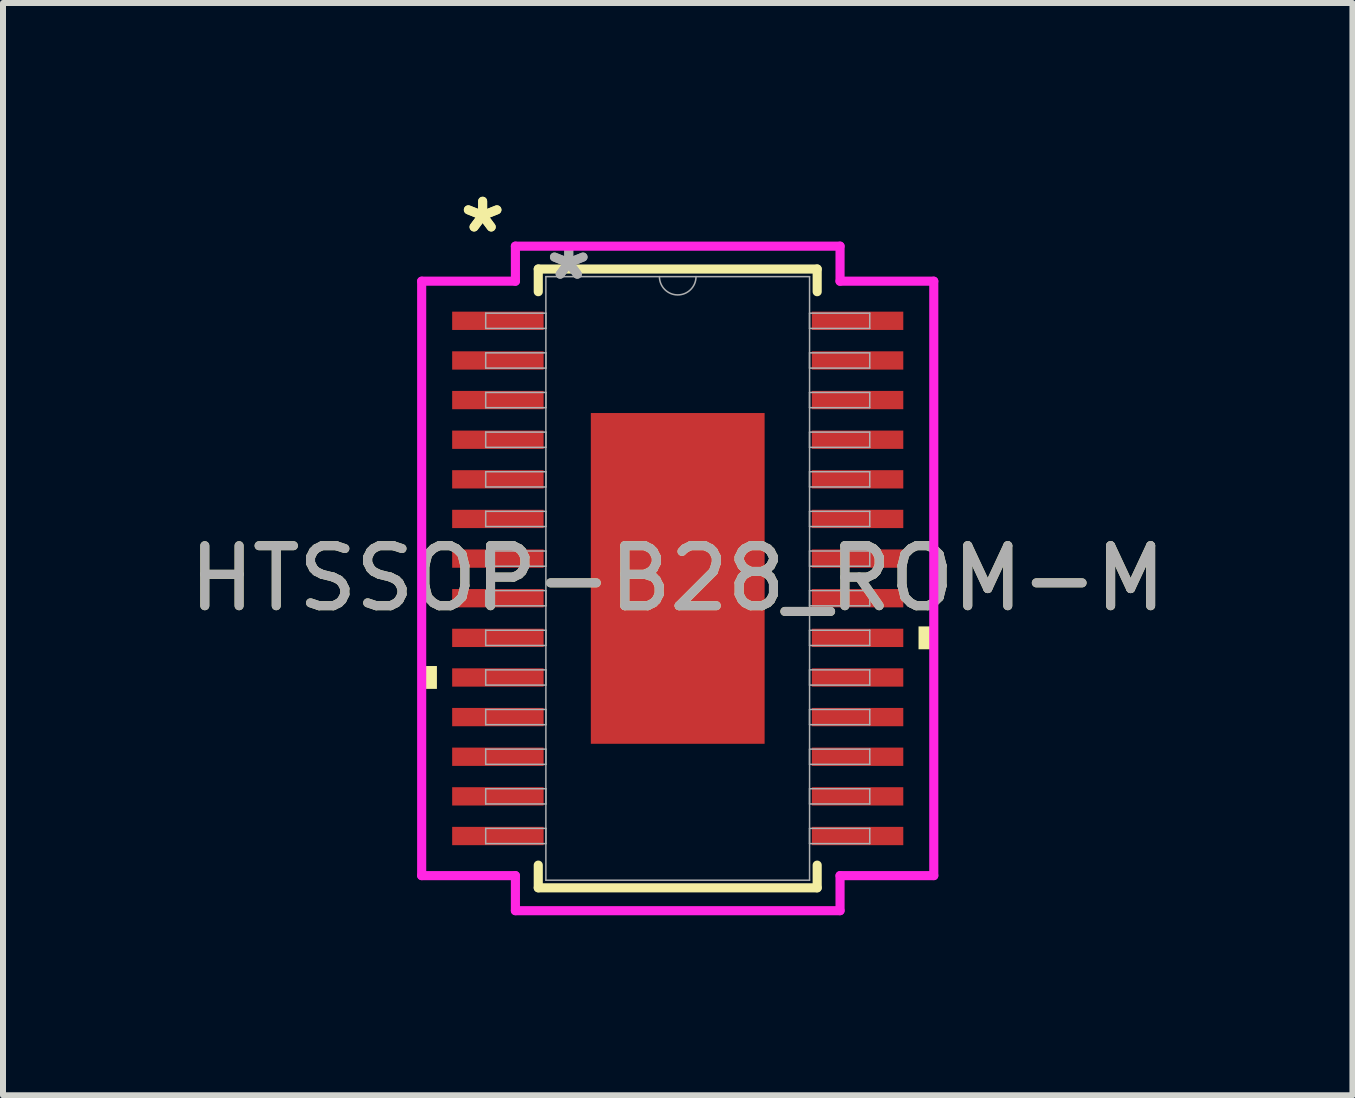
<source format=kicad_pcb>
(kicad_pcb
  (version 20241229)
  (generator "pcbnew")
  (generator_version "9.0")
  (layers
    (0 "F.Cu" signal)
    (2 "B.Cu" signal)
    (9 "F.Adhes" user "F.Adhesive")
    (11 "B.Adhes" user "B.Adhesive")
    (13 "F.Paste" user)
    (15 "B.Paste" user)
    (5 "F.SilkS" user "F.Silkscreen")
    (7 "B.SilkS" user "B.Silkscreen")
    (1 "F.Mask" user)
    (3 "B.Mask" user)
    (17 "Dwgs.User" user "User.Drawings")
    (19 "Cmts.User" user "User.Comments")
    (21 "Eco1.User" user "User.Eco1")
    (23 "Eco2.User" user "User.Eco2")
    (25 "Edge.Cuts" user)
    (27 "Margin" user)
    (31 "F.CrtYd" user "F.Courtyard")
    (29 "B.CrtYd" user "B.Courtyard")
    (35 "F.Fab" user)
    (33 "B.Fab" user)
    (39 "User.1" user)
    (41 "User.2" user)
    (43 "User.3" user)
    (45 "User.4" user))
  (footprint "HTSSOP-B28_ROM-M"
    (layer "F.Cu")
    (at 8.244 6.589)
    (property "Reference" "HTSSOP-B28_ROM-M" (at 0 0 0) (unlocked yes) (layer "F.SilkS") (effects (font (size 1 1) (thickness 0.15))))
    (attr smd)
    (fp_line (start -2.324 -5.156) (end -2.324 -4.778) (stroke (width 0.152) (type solid)) (layer "F.SilkS"))
    (fp_line (start -2.324 4.778) (end -2.324 5.156) (stroke (width 0.152) (type solid)) (layer "F.SilkS"))
    (fp_line (start -2.324 5.156) (end 2.324 5.156) (stroke (width 0.152) (type solid)) (layer "F.SilkS"))
    (fp_line (start 2.324 -5.156) (end -2.324 -5.156) (stroke (width 0.152) (type solid)) (layer "F.SilkS"))
    (fp_line (start 2.324 -4.778) (end 2.324 -5.156) (stroke (width 0.152) (type solid)) (layer "F.SilkS"))
    (fp_line (start 2.324 5.156) (end 2.324 4.778) (stroke (width 0.152) (type solid)) (layer "F.SilkS"))
    (fp_poly (pts (xy -4.267 1.46) (xy -4.267 1.841) (xy -4.013 1.841) (xy -4.013 1.46)) (stroke (width 0) (type solid)) (fill yes) (layer "F.SilkS"))
    (fp_poly (pts (xy 4.267 0.8) (xy 4.267 1.181) (xy 4.013 1.181) (xy 4.013 0.8)) (stroke (width 0) (type solid)) (fill yes) (layer "F.SilkS"))
    (fp_poly (pts (xy -1.348 -2.656) (xy -1.348 -1.478) (xy -0.1 -1.478) (xy -0.1 -2.656)) (stroke (width 0) (type solid)) (fill yes) (layer "F.Paste"))
    (fp_poly (pts (xy -1.348 -1.278) (xy -1.348 -0.1) (xy -0.1 -0.1) (xy -0.1 -1.278)) (stroke (width 0) (type solid)) (fill yes) (layer "F.Paste"))
    (fp_poly (pts (xy -1.348 0.1) (xy -1.348 1.278) (xy -0.1 1.278) (xy -0.1 0.1)) (stroke (width 0) (type solid)) (fill yes) (layer "F.Paste"))
    (fp_poly (pts (xy -1.348 1.478) (xy -1.348 2.656) (xy -0.1 2.656) (xy -0.1 1.478)) (stroke (width 0) (type solid)) (fill yes) (layer "F.Paste"))
    (fp_poly (pts (xy 0.1 -2.656) (xy 0.1 -1.478) (xy 1.348 -1.478) (xy 1.348 -2.656)) (stroke (width 0) (type solid)) (fill yes) (layer "F.Paste"))
    (fp_poly (pts (xy 0.1 -1.278) (xy 0.1 -0.1) (xy 1.348 -0.1) (xy 1.348 -1.278)) (stroke (width 0) (type solid)) (fill yes) (layer "F.Paste"))
    (fp_poly (pts (xy 0.1 0.1) (xy 0.1 1.278) (xy 1.348 1.278) (xy 1.348 0.1)) (stroke (width 0) (type solid)) (fill yes) (layer "F.Paste"))
    (fp_poly (pts (xy 0.1 1.478) (xy 0.1 2.656) (xy 1.348 2.656) (xy 1.348 1.478)) (stroke (width 0) (type solid)) (fill yes) (layer "F.Paste"))
    (fp_line (start -4.267 -4.953) (end -2.705 -4.953) (stroke (width 0.152) (type solid)) (layer "F.CrtYd"))
    (fp_line (start -4.267 4.953) (end -4.267 -4.953) (stroke (width 0.152) (type solid)) (layer "F.CrtYd"))
    (fp_line (start -4.267 4.953) (end -2.705 4.953) (stroke (width 0.152) (type solid)) (layer "F.CrtYd"))
    (fp_line (start -2.705 -5.537) (end 2.705 -5.537) (stroke (width 0.152) (type solid)) (layer "F.CrtYd"))
    (fp_line (start -2.705 -4.953) (end -2.705 -5.537) (stroke (width 0.152) (type solid)) (layer "F.CrtYd"))
    (fp_line (start -2.705 5.537) (end -2.705 4.953) (stroke (width 0.152) (type solid)) (layer "F.CrtYd"))
    (fp_line (start 2.705 -5.537) (end 2.705 -4.953) (stroke (width 0.152) (type solid)) (layer "F.CrtYd"))
    (fp_line (start 2.705 4.953) (end 2.705 5.537) (stroke (width 0.152) (type solid)) (layer "F.CrtYd"))
    (fp_line (start 2.705 5.537) (end -2.705 5.537) (stroke (width 0.152) (type solid)) (layer "F.CrtYd"))
    (fp_line (start 4.267 -4.953) (end 2.705 -4.953) (stroke (width 0.152) (type solid)) (layer "F.CrtYd"))
    (fp_line (start 4.267 -4.953) (end 4.267 4.953) (stroke (width 0.152) (type solid)) (layer "F.CrtYd"))
    (fp_line (start 4.267 4.953) (end 2.705 4.953) (stroke (width 0.152) (type solid)) (layer "F.CrtYd"))
    (fp_line (start -3.2 -4.42) (end -3.2 -4.166) (stroke (width 0.025) (type solid)) (layer "F.Fab"))
    (fp_line (start -3.2 -4.166) (end -2.197 -4.166) (stroke (width 0.025) (type solid)) (layer "F.Fab"))
    (fp_line (start -3.2 -3.759) (end -3.2 -3.505) (stroke (width 0.025) (type solid)) (layer "F.Fab"))
    (fp_line (start -3.2 -3.505) (end -2.197 -3.505) (stroke (width 0.025) (type solid)) (layer "F.Fab"))
    (fp_line (start -3.2 -3.099) (end -3.2 -2.845) (stroke (width 0.025) (type solid)) (layer "F.Fab"))
    (fp_line (start -3.2 -2.845) (end -2.197 -2.845) (stroke (width 0.025) (type solid)) (layer "F.Fab"))
    (fp_line (start -3.2 -2.438) (end -3.2 -2.184) (stroke (width 0.025) (type solid)) (layer "F.Fab"))
    (fp_line (start -3.2 -2.184) (end -2.197 -2.184) (stroke (width 0.025) (type solid)) (layer "F.Fab"))
    (fp_line (start -3.2 -1.778) (end -3.2 -1.524) (stroke (width 0.025) (type solid)) (layer "F.Fab"))
    (fp_line (start -3.2 -1.524) (end -2.197 -1.524) (stroke (width 0.025) (type solid)) (layer "F.Fab"))
    (fp_line (start -3.2 -1.118) (end -3.2 -0.864) (stroke (width 0.025) (type solid)) (layer "F.Fab"))
    (fp_line (start -3.2 -0.864) (end -2.197 -0.864) (stroke (width 0.025) (type solid)) (layer "F.Fab"))
    (fp_line (start -3.2 -0.457) (end -3.2 -0.203) (stroke (width 0.025) (type solid)) (layer "F.Fab"))
    (fp_line (start -3.2 -0.203) (end -2.197 -0.203) (stroke (width 0.025) (type solid)) (layer "F.Fab"))
    (fp_line (start -3.2 0.203) (end -3.2 0.457) (stroke (width 0.025) (type solid)) (layer "F.Fab"))
    (fp_line (start -3.2 0.457) (end -2.197 0.457) (stroke (width 0.025) (type solid)) (layer "F.Fab"))
    (fp_line (start -3.2 0.864) (end -3.2 1.118) (stroke (width 0.025) (type solid)) (layer "F.Fab"))
    (fp_line (start -3.2 1.118) (end -2.197 1.118) (stroke (width 0.025) (type solid)) (layer "F.Fab"))
    (fp_line (start -3.2 1.524) (end -3.2 1.778) (stroke (width 0.025) (type solid)) (layer "F.Fab"))
    (fp_line (start -3.2 1.778) (end -2.197 1.778) (stroke (width 0.025) (type solid)) (layer "F.Fab"))
    (fp_line (start -3.2 2.184) (end -3.2 2.438) (stroke (width 0.025) (type solid)) (layer "F.Fab"))
    (fp_line (start -3.2 2.438) (end -2.197 2.438) (stroke (width 0.025) (type solid)) (layer "F.Fab"))
    (fp_line (start -3.2 2.845) (end -3.2 3.099) (stroke (width 0.025) (type solid)) (layer "F.Fab"))
    (fp_line (start -3.2 3.099) (end -2.197 3.099) (stroke (width 0.025) (type solid)) (layer "F.Fab"))
    (fp_line (start -3.2 3.505) (end -3.2 3.759) (stroke (width 0.025) (type solid)) (layer "F.Fab"))
    (fp_line (start -3.2 3.759) (end -2.197 3.759) (stroke (width 0.025) (type solid)) (layer "F.Fab"))
    (fp_line (start -3.2 4.166) (end -3.2 4.42) (stroke (width 0.025) (type solid)) (layer "F.Fab"))
    (fp_line (start -3.2 4.42) (end -2.197 4.42) (stroke (width 0.025) (type solid)) (layer "F.Fab"))
    (fp_line (start -2.197 -5.029) (end -2.197 5.029) (stroke (width 0.025) (type solid)) (layer "F.Fab"))
    (fp_line (start -2.197 -4.42) (end -3.2 -4.42) (stroke (width 0.025) (type solid)) (layer "F.Fab"))
    (fp_line (start -2.197 -4.166) (end -2.197 -4.42) (stroke (width 0.025) (type solid)) (layer "F.Fab"))
    (fp_line (start -2.197 -3.759) (end -3.2 -3.759) (stroke (width 0.025) (type solid)) (layer "F.Fab"))
    (fp_line (start -2.197 -3.505) (end -2.197 -3.759) (stroke (width 0.025) (type solid)) (layer "F.Fab"))
    (fp_line (start -2.197 -3.099) (end -3.2 -3.099) (stroke (width 0.025) (type solid)) (layer "F.Fab"))
    (fp_line (start -2.197 -2.845) (end -2.197 -3.099) (stroke (width 0.025) (type solid)) (layer "F.Fab"))
    (fp_line (start -2.197 -2.438) (end -3.2 -2.438) (stroke (width 0.025) (type solid)) (layer "F.Fab"))
    (fp_line (start -2.197 -2.184) (end -2.197 -2.438) (stroke (width 0.025) (type solid)) (layer "F.Fab"))
    (fp_line (start -2.197 -1.778) (end -3.2 -1.778) (stroke (width 0.025) (type solid)) (layer "F.Fab"))
    (fp_line (start -2.197 -1.524) (end -2.197 -1.778) (stroke (width 0.025) (type solid)) (layer "F.Fab"))
    (fp_line (start -2.197 -1.118) (end -3.2 -1.118) (stroke (width 0.025) (type solid)) (layer "F.Fab"))
    (fp_line (start -2.197 -0.864) (end -2.197 -1.118) (stroke (width 0.025) (type solid)) (layer "F.Fab"))
    (fp_line (start -2.197 -0.457) (end -3.2 -0.457) (stroke (width 0.025) (type solid)) (layer "F.Fab"))
    (fp_line (start -2.197 -0.203) (end -2.197 -0.457) (stroke (width 0.025) (type solid)) (layer "F.Fab"))
    (fp_line (start -2.197 0.203) (end -3.2 0.203) (stroke (width 0.025) (type solid)) (layer "F.Fab"))
    (fp_line (start -2.197 0.457) (end -2.197 0.203) (stroke (width 0.025) (type solid)) (layer "F.Fab"))
    (fp_line (start -2.197 0.864) (end -3.2 0.864) (stroke (width 0.025) (type solid)) (layer "F.Fab"))
    (fp_line (start -2.197 1.118) (end -2.197 0.864) (stroke (width 0.025) (type solid)) (layer "F.Fab"))
    (fp_line (start -2.197 1.524) (end -3.2 1.524) (stroke (width 0.025) (type solid)) (layer "F.Fab"))
    (fp_line (start -2.197 1.778) (end -2.197 1.524) (stroke (width 0.025) (type solid)) (layer "F.Fab"))
    (fp_line (start -2.197 2.184) (end -3.2 2.184) (stroke (width 0.025) (type solid)) (layer "F.Fab"))
    (fp_line (start -2.197 2.438) (end -2.197 2.184) (stroke (width 0.025) (type solid)) (layer "F.Fab"))
    (fp_line (start -2.197 2.845) (end -3.2 2.845) (stroke (width 0.025) (type solid)) (layer "F.Fab"))
    (fp_line (start -2.197 3.099) (end -2.197 2.845) (stroke (width 0.025) (type solid)) (layer "F.Fab"))
    (fp_line (start -2.197 3.505) (end -3.2 3.505) (stroke (width 0.025) (type solid)) (layer "F.Fab"))
    (fp_line (start -2.197 3.759) (end -2.197 3.505) (stroke (width 0.025) (type solid)) (layer "F.Fab"))
    (fp_line (start -2.197 4.166) (end -3.2 4.166) (stroke (width 0.025) (type solid)) (layer "F.Fab"))
    (fp_line (start -2.197 4.42) (end -2.197 4.166) (stroke (width 0.025) (type solid)) (layer "F.Fab"))
    (fp_line (start -2.197 5.029) (end 2.197 5.029) (stroke (width 0.025) (type solid)) (layer "F.Fab"))
    (fp_line (start 2.197 -5.029) (end -2.197 -5.029) (stroke (width 0.025) (type solid)) (layer "F.Fab"))
    (fp_line (start 2.197 -4.42) (end 2.197 -4.166) (stroke (width 0.025) (type solid)) (layer "F.Fab"))
    (fp_line (start 2.197 -4.166) (end 3.2 -4.166) (stroke (width 0.025) (type solid)) (layer "F.Fab"))
    (fp_line (start 2.197 -3.759) (end 2.197 -3.505) (stroke (width 0.025) (type solid)) (layer "F.Fab"))
    (fp_line (start 2.197 -3.505) (end 3.2 -3.505) (stroke (width 0.025) (type solid)) (layer "F.Fab"))
    (fp_line (start 2.197 -3.099) (end 2.197 -2.845) (stroke (width 0.025) (type solid)) (layer "F.Fab"))
    (fp_line (start 2.197 -2.845) (end 3.2 -2.845) (stroke (width 0.025) (type solid)) (layer "F.Fab"))
    (fp_line (start 2.197 -2.438) (end 2.197 -2.184) (stroke (width 0.025) (type solid)) (layer "F.Fab"))
    (fp_line (start 2.197 -2.184) (end 3.2 -2.184) (stroke (width 0.025) (type solid)) (layer "F.Fab"))
    (fp_line (start 2.197 -1.778) (end 2.197 -1.524) (stroke (width 0.025) (type solid)) (layer "F.Fab"))
    (fp_line (start 2.197 -1.524) (end 3.2 -1.524) (stroke (width 0.025) (type solid)) (layer "F.Fab"))
    (fp_line (start 2.197 -1.118) (end 2.197 -0.864) (stroke (width 0.025) (type solid)) (layer "F.Fab"))
    (fp_line (start 2.197 -0.864) (end 3.2 -0.864) (stroke (width 0.025) (type solid)) (layer "F.Fab"))
    (fp_line (start 2.197 -0.457) (end 2.197 -0.203) (stroke (width 0.025) (type solid)) (layer "F.Fab"))
    (fp_line (start 2.197 -0.203) (end 3.2 -0.203) (stroke (width 0.025) (type solid)) (layer "F.Fab"))
    (fp_line (start 2.197 0.203) (end 2.197 0.457) (stroke (width 0.025) (type solid)) (layer "F.Fab"))
    (fp_line (start 2.197 0.457) (end 3.2 0.457) (stroke (width 0.025) (type solid)) (layer "F.Fab"))
    (fp_line (start 2.197 0.864) (end 2.197 1.118) (stroke (width 0.025) (type solid)) (layer "F.Fab"))
    (fp_line (start 2.197 1.118) (end 3.2 1.118) (stroke (width 0.025) (type solid)) (layer "F.Fab"))
    (fp_line (start 2.197 1.524) (end 2.197 1.778) (stroke (width 0.025) (type solid)) (layer "F.Fab"))
    (fp_line (start 2.197 1.778) (end 3.2 1.778) (stroke (width 0.025) (type solid)) (layer "F.Fab"))
    (fp_line (start 2.197 2.184) (end 2.197 2.438) (stroke (width 0.025) (type solid)) (layer "F.Fab"))
    (fp_line (start 2.197 2.438) (end 3.2 2.438) (stroke (width 0.025) (type solid)) (layer "F.Fab"))
    (fp_line (start 2.197 2.845) (end 2.197 3.099) (stroke (width 0.025) (type solid)) (layer "F.Fab"))
    (fp_line (start 2.197 3.099) (end 3.2 3.099) (stroke (width 0.025) (type solid)) (layer "F.Fab"))
    (fp_line (start 2.197 3.505) (end 2.197 3.759) (stroke (width 0.025) (type solid)) (layer "F.Fab"))
    (fp_line (start 2.197 3.759) (end 3.2 3.759) (stroke (width 0.025) (type solid)) (layer "F.Fab"))
    (fp_line (start 2.197 4.166) (end 2.197 4.42) (stroke (width 0.025) (type solid)) (layer "F.Fab"))
    (fp_line (start 2.197 4.42) (end 3.2 4.42) (stroke (width 0.025) (type solid)) (layer "F.Fab"))
    (fp_line (start 2.197 5.029) (end 2.197 -5.029) (stroke (width 0.025) (type solid)) (layer "F.Fab"))
    (fp_line (start 3.2 -4.42) (end 2.197 -4.42) (stroke (width 0.025) (type solid)) (layer "F.Fab"))
    (fp_line (start 3.2 -4.166) (end 3.2 -4.42) (stroke (width 0.025) (type solid)) (layer "F.Fab"))
    (fp_line (start 3.2 -3.759) (end 2.197 -3.759) (stroke (width 0.025) (type solid)) (layer "F.Fab"))
    (fp_line (start 3.2 -3.505) (end 3.2 -3.759) (stroke (width 0.025) (type solid)) (layer "F.Fab"))
    (fp_line (start 3.2 -3.099) (end 2.197 -3.099) (stroke (width 0.025) (type solid)) (layer "F.Fab"))
    (fp_line (start 3.2 -2.845) (end 3.2 -3.099) (stroke (width 0.025) (type solid)) (layer "F.Fab"))
    (fp_line (start 3.2 -2.438) (end 2.197 -2.438) (stroke (width 0.025) (type solid)) (layer "F.Fab"))
    (fp_line (start 3.2 -2.184) (end 3.2 -2.438) (stroke (width 0.025) (type solid)) (layer "F.Fab"))
    (fp_line (start 3.2 -1.778) (end 2.197 -1.778) (stroke (width 0.025) (type solid)) (layer "F.Fab"))
    (fp_line (start 3.2 -1.524) (end 3.2 -1.778) (stroke (width 0.025) (type solid)) (layer "F.Fab"))
    (fp_line (start 3.2 -1.118) (end 2.197 -1.118) (stroke (width 0.025) (type solid)) (layer "F.Fab"))
    (fp_line (start 3.2 -0.864) (end 3.2 -1.118) (stroke (width 0.025) (type solid)) (layer "F.Fab"))
    (fp_line (start 3.2 -0.457) (end 2.197 -0.457) (stroke (width 0.025) (type solid)) (layer "F.Fab"))
    (fp_line (start 3.2 -0.203) (end 3.2 -0.457) (stroke (width 0.025) (type solid)) (layer "F.Fab"))
    (fp_line (start 3.2 0.203) (end 2.197 0.203) (stroke (width 0.025) (type solid)) (layer "F.Fab"))
    (fp_line (start 3.2 0.457) (end 3.2 0.203) (stroke (width 0.025) (type solid)) (layer "F.Fab"))
    (fp_line (start 3.2 0.864) (end 2.197 0.864) (stroke (width 0.025) (type solid)) (layer "F.Fab"))
    (fp_line (start 3.2 1.118) (end 3.2 0.864) (stroke (width 0.025) (type solid)) (layer "F.Fab"))
    (fp_line (start 3.2 1.524) (end 2.197 1.524) (stroke (width 0.025) (type solid)) (layer "F.Fab"))
    (fp_line (start 3.2 1.778) (end 3.2 1.524) (stroke (width 0.025) (type solid)) (layer "F.Fab"))
    (fp_line (start 3.2 2.184) (end 2.197 2.184) (stroke (width 0.025) (type solid)) (layer "F.Fab"))
    (fp_line (start 3.2 2.438) (end 3.2 2.184) (stroke (width 0.025) (type solid)) (layer "F.Fab"))
    (fp_line (start 3.2 2.845) (end 2.197 2.845) (stroke (width 0.025) (type solid)) (layer "F.Fab"))
    (fp_line (start 3.2 3.099) (end 3.2 2.845) (stroke (width 0.025) (type solid)) (layer "F.Fab"))
    (fp_line (start 3.2 3.505) (end 2.197 3.505) (stroke (width 0.025) (type solid)) (layer "F.Fab"))
    (fp_line (start 3.2 3.759) (end 3.2 3.505) (stroke (width 0.025) (type solid)) (layer "F.Fab"))
    (fp_line (start 3.2 4.166) (end 2.197 4.166) (stroke (width 0.025) (type solid)) (layer "F.Fab"))
    (fp_line (start 3.2 4.42) (end 3.2 4.166) (stroke (width 0.025) (type solid)) (layer "F.Fab"))
    (fp_arc (start 0.3048 -5.0292) (mid 0 -4.7244) (end -0.3048 -5.0292) (stroke (width 0.0254) (type solid)) (layer "F.Fab"))
    (fp_text user "*" (at -3.251 -5.74 0) (layer "F.SilkS") (effects (font (size 1 1) (thickness 0.15))))
    (fp_text user "*" (at -3.251 -5.74 0) (unlocked yes) (layer "F.SilkS") (effects (font (size 1 1) (thickness 0.15))))
    (fp_text user "*" (at -1.816 -4.953 0) (unlocked yes) (layer "F.Fab") (effects (font (size 1 1) (thickness 0.15))))
    (fp_text user "${REFERENCE}" (at 0 0 0) (unlocked yes) (layer "F.Fab") (effects (font (size 1 1) (thickness 0.15))))
    (fp_text user "*" (at -1.816 -4.953 0) (layer "F.Fab") (effects (font (size 1 1) (thickness 0.15))))
    (pad "1" smd rect (at -2.997 -4.293) (size 1.524 0.305) (layers "F.Cu" "F.Mask" "F.Paste"))
    (pad "2" smd rect (at -2.997 -3.632) (size 1.524 0.305) (layers "F.Cu" "F.Mask" "F.Paste"))
    (pad "3" smd rect (at -2.997 -2.972) (size 1.524 0.305) (layers "F.Cu" "F.Mask" "F.Paste"))
    (pad "4" smd rect (at -2.997 -2.311) (size 1.524 0.305) (layers "F.Cu" "F.Mask" "F.Paste"))
    (pad "5" smd rect (at -2.997 -1.651) (size 1.524 0.305) (layers "F.Cu" "F.Mask" "F.Paste"))
    (pad "6" smd rect (at -2.997 -0.991) (size 1.524 0.305) (layers "F.Cu" "F.Mask" "F.Paste"))
    (pad "7" smd rect (at -2.997 -0.33) (size 1.524 0.305) (layers "F.Cu" "F.Mask" "F.Paste"))
    (pad "8" smd rect (at -2.997 0.33) (size 1.524 0.305) (layers "F.Cu" "F.Mask" "F.Paste"))
    (pad "9" smd rect (at -2.997 0.991) (size 1.524 0.305) (layers "F.Cu" "F.Mask" "F.Paste"))
    (pad "10" smd rect (at -2.997 1.651) (size 1.524 0.305) (layers "F.Cu" "F.Mask" "F.Paste"))
    (pad "11" smd rect (at -2.997 2.311) (size 1.524 0.305) (layers "F.Cu" "F.Mask" "F.Paste"))
    (pad "12" smd rect (at -2.997 2.972) (size 1.524 0.305) (layers "F.Cu" "F.Mask" "F.Paste"))
    (pad "13" smd rect (at -2.997 3.632) (size 1.524 0.305) (layers "F.Cu" "F.Mask" "F.Paste"))
    (pad "14" smd rect (at -2.997 4.293) (size 1.524 0.305) (layers "F.Cu" "F.Mask" "F.Paste"))
    (pad "15" smd rect (at 2.997 4.293) (size 1.524 0.305) (layers "F.Cu" "F.Mask" "F.Paste"))
    (pad "16" smd rect (at 2.997 3.632) (size 1.524 0.305) (layers "F.Cu" "F.Mask" "F.Paste"))
    (pad "17" smd rect (at 2.997 2.972) (size 1.524 0.305) (layers "F.Cu" "F.Mask" "F.Paste"))
    (pad "18" smd rect (at 2.997 2.311) (size 1.524 0.305) (layers "F.Cu" "F.Mask" "F.Paste"))
    (pad "19" smd rect (at 2.997 1.651) (size 1.524 0.305) (layers "F.Cu" "F.Mask" "F.Paste"))
    (pad "20" smd rect (at 2.997 0.991) (size 1.524 0.305) (layers "F.Cu" "F.Mask" "F.Paste"))
    (pad "21" smd rect (at 2.997 0.33) (size 1.524 0.305) (layers "F.Cu" "F.Mask" "F.Paste"))
    (pad "22" smd rect (at 2.997 -0.33) (size 1.524 0.305) (layers "F.Cu" "F.Mask" "F.Paste"))
    (pad "23" smd rect (at 2.997 -0.991) (size 1.524 0.305) (layers "F.Cu" "F.Mask" "F.Paste"))
    (pad "24" smd rect (at 2.997 -1.651) (size 1.524 0.305) (layers "F.Cu" "F.Mask" "F.Paste"))
    (pad "25" smd rect (at 2.997 -2.311) (size 1.524 0.305) (layers "F.Cu" "F.Mask" "F.Paste"))
    (pad "26" smd rect (at 2.997 -2.972) (size 1.524 0.305) (layers "F.Cu" "F.Mask" "F.Paste"))
    (pad "27" smd rect (at 2.997 -3.632) (size 1.524 0.305) (layers "F.Cu" "F.Mask" "F.Paste"))
    (pad "28" smd rect (at 2.997 -4.293) (size 1.524 0.305) (layers "F.Cu" "F.Mask" "F.Paste"))
    (pad "EPAD" smd rect (at 0 0) (size 2.896 5.512) (layers "F.Cu" "F.Mask")))
  (gr_rect
    (start -3 -3)
    (end 19.488 15.202)
    (stroke (width 0.1) (type default))
    (fill no)
    (layer "Edge.Cuts")))
</source>
